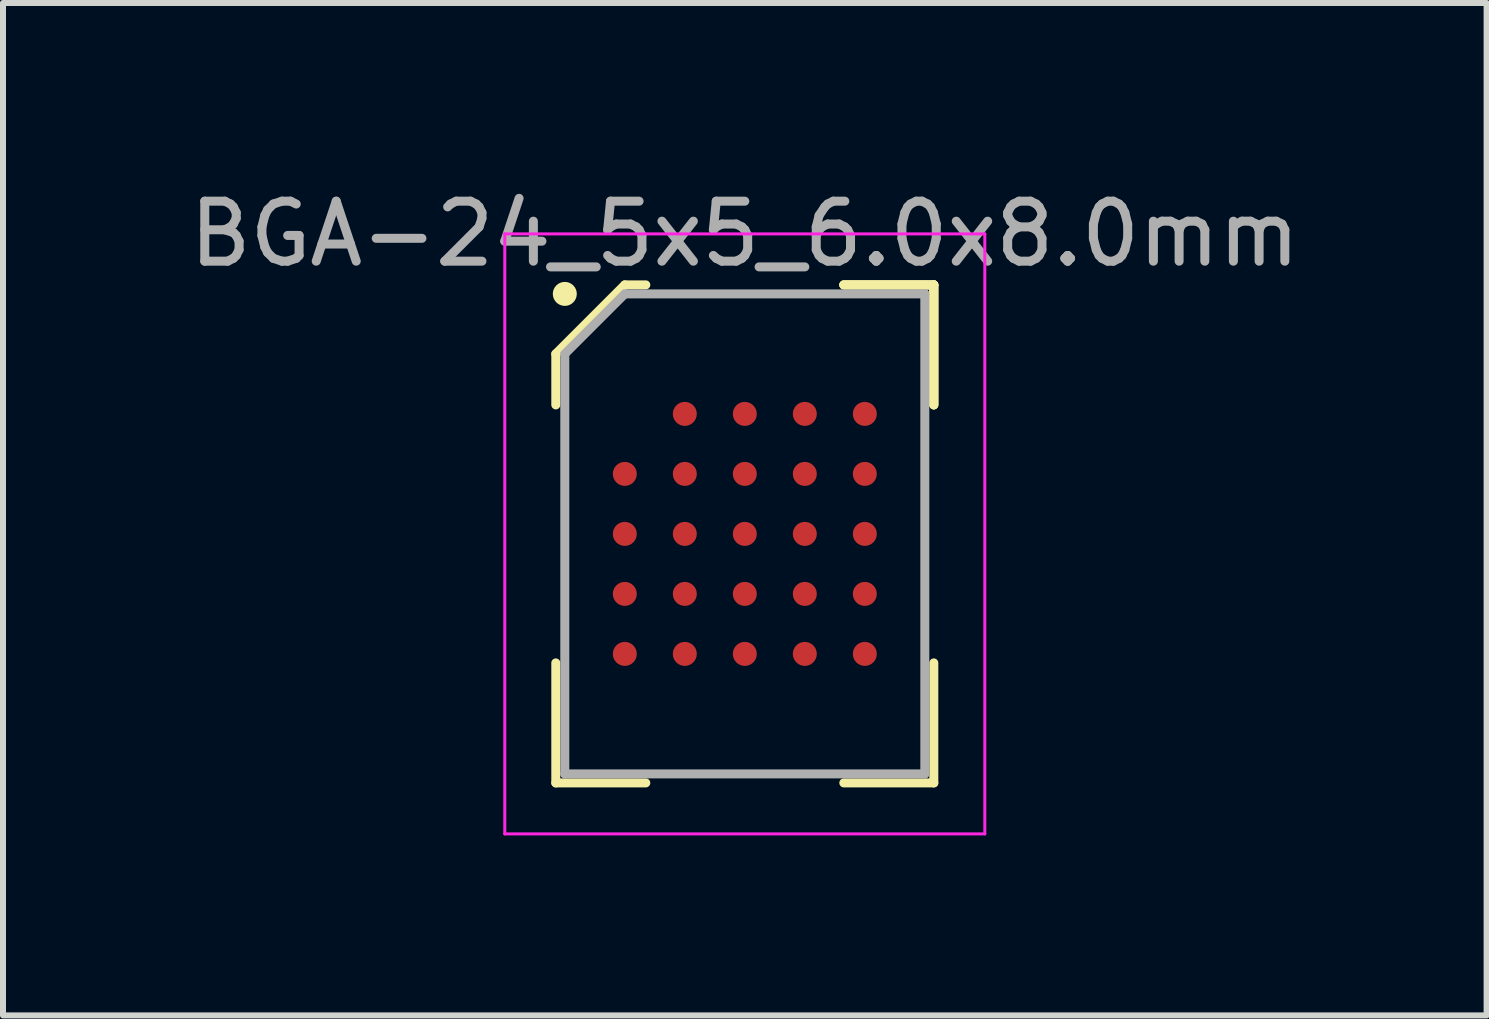
<source format=kicad_pcb>
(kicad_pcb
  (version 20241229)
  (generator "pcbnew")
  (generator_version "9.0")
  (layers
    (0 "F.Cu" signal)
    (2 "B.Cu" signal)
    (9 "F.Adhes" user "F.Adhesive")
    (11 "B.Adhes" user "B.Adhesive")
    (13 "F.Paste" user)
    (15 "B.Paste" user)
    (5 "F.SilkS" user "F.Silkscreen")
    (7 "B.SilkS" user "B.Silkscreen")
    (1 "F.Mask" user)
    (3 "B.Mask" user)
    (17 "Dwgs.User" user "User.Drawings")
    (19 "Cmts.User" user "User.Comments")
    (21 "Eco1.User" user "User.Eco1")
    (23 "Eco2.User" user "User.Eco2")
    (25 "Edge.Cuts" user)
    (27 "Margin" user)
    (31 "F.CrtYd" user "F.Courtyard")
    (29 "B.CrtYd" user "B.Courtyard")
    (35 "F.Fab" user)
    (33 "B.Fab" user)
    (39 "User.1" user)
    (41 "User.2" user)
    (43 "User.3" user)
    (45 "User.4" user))
  (footprint "BGA-24_5x5_6.0x8.0mm"
    (layer "F.Cu")
    (at 9.363 5.848)
    (property "Reference" "BGA-24_5x5_6.0x8.0mm" (at 0 -5 0) (layer "F.Fab") (effects (font (size 1 1) (thickness 0.15))))
    (attr smd)
    (fp_line (start -3.15 -3) (end -3.15 -2.15) (stroke (width 0.15) (type solid)) (layer "F.SilkS"))
    (fp_line (start -3.15 4.15) (end -3.15 2.15) (stroke (width 0.15) (type solid)) (layer "F.SilkS"))
    (fp_line (start -2 -4.15) (end -3.15 -3) (stroke (width 0.15) (type solid)) (layer "F.SilkS"))
    (fp_line (start -1.65 -4.15) (end -2 -4.15) (stroke (width 0.15) (type solid)) (layer "F.SilkS"))
    (fp_line (start -1.65 4.15) (end -3.15 4.15) (stroke (width 0.15) (type solid)) (layer "F.SilkS"))
    (fp_line (start 1.65 -4.15) (end 3.15 -4.15) (stroke (width 0.15) (type solid)) (layer "F.SilkS"))
    (fp_line (start 1.65 -4.15) (end 3.15 -4.15) (stroke (width 0.15) (type solid)) (layer "F.SilkS"))
    (fp_line (start 1.65 -4.15) (end 3.15 -4.15) (stroke (width 0.15) (type solid)) (layer "F.SilkS"))
    (fp_line (start 1.65 4.15) (end 3.15 4.15) (stroke (width 0.15) (type solid)) (layer "F.SilkS"))
    (fp_line (start 3.15 -4.15) (end 3.15 -2.15) (stroke (width 0.15) (type solid)) (layer "F.SilkS"))
    (fp_line (start 3.15 -4.15) (end 3.15 -2.15) (stroke (width 0.15) (type solid)) (layer "F.SilkS"))
    (fp_line (start 3.15 -4.15) (end 3.15 -2.15) (stroke (width 0.15) (type solid)) (layer "F.SilkS"))
    (fp_line (start 3.15 4.15) (end 3.15 2.15) (stroke (width 0.15) (type solid)) (layer "F.SilkS"))
    (fp_circle (center -3 -4) (end -3 -3.9) (stroke (width 0.2) (type solid)) (fill no) (layer "F.SilkS"))
    (fp_line (start -4 -5) (end 4 -5) (stroke (width 0.05) (type solid)) (layer "F.CrtYd"))
    (fp_line (start -4 5) (end -4 -5) (stroke (width 0.05) (type solid)) (layer "F.CrtYd"))
    (fp_line (start 4 -5) (end 4 5) (stroke (width 0.05) (type solid)) (layer "F.CrtYd"))
    (fp_line (start 4 5) (end -4 5) (stroke (width 0.05) (type solid)) (layer "F.CrtYd"))
    (fp_line (start -3 -3) (end -3 4) (stroke (width 0.15) (type solid)) (layer "F.Fab"))
    (fp_line (start -3 4) (end 3 4) (stroke (width 0.15) (type solid)) (layer "F.Fab"))
    (fp_line (start -2 -4) (end -3 -3) (stroke (width 0.15) (type solid)) (layer "F.Fab"))
    (fp_line (start 3 -4) (end -2 -4) (stroke (width 0.15) (type solid)) (layer "F.Fab"))
    (fp_line (start 3 4) (end 3 -4) (stroke (width 0.15) (type solid)) (layer "F.Fab"))
    (pad "A2" smd circle (at -1 -2) (size 0.4 0.4) (layers "F.Cu" "F.Mask" "F.Paste"))
    (pad "A3" smd circle (at 0 -2) (size 0.4 0.4) (layers "F.Cu" "F.Mask" "F.Paste"))
    (pad "A4" smd circle (at 1 -2) (size 0.4 0.4) (layers "F.Cu" "F.Mask" "F.Paste"))
    (pad "A5" smd circle (at 2 -2) (size 0.4 0.4) (layers "F.Cu" "F.Mask" "F.Paste"))
    (pad "B1" smd circle (at -2 -1) (size 0.4 0.4) (layers "F.Cu" "F.Mask" "F.Paste"))
    (pad "B2" smd circle (at -1 -1) (size 0.4 0.4) (layers "F.Cu" "F.Mask" "F.Paste"))
    (pad "B3" smd circle (at 0 -1) (size 0.4 0.4) (layers "F.Cu" "F.Mask" "F.Paste"))
    (pad "B4" smd circle (at 1 -1) (size 0.4 0.4) (layers "F.Cu" "F.Mask" "F.Paste"))
    (pad "B5" smd circle (at 2 -1) (size 0.4 0.4) (layers "F.Cu" "F.Mask" "F.Paste"))
    (pad "C1" smd circle (at -2 0) (size 0.4 0.4) (layers "F.Cu" "F.Mask" "F.Paste"))
    (pad "C2" smd circle (at -1 0) (size 0.4 0.4) (layers "F.Cu" "F.Mask" "F.Paste"))
    (pad "C3" smd circle (at 0 0) (size 0.4 0.4) (layers "F.Cu" "F.Mask" "F.Paste"))
    (pad "C4" smd circle (at 1 0) (size 0.4 0.4) (layers "F.Cu" "F.Mask" "F.Paste"))
    (pad "C5" smd circle (at 2 0) (size 0.4 0.4) (layers "F.Cu" "F.Mask" "F.Paste"))
    (pad "D1" smd circle (at -2 1) (size 0.4 0.4) (layers "F.Cu" "F.Mask" "F.Paste"))
    (pad "D2" smd circle (at -1 1) (size 0.4 0.4) (layers "F.Cu" "F.Mask" "F.Paste"))
    (pad "D3" smd circle (at 0 1) (size 0.4 0.4) (layers "F.Cu" "F.Mask" "F.Paste"))
    (pad "D4" smd circle (at 1 1) (size 0.4 0.4) (layers "F.Cu" "F.Mask" "F.Paste"))
    (pad "D5" smd circle (at 2 1) (size 0.4 0.4) (layers "F.Cu" "F.Mask" "F.Paste"))
    (pad "E1" smd circle (at -2 2) (size 0.4 0.4) (layers "F.Cu" "F.Mask" "F.Paste"))
    (pad "E2" smd circle (at -1 2) (size 0.4 0.4) (layers "F.Cu" "F.Mask" "F.Paste"))
    (pad "E3" smd circle (at 0 2) (size 0.4 0.4) (layers "F.Cu" "F.Mask" "F.Paste"))
    (pad "E4" smd circle (at 1 2) (size 0.4 0.4) (layers "F.Cu" "F.Mask" "F.Paste"))
    (pad "E5" smd circle (at 2 2) (size 0.4 0.4) (layers "F.Cu" "F.Mask" "F.Paste")))
  (gr_rect
    (start -3 -3)
    (end 21.726 13.873)
    (stroke (width 0.1) (type default))
    (fill no)
    (layer "Edge.Cuts")))
</source>
